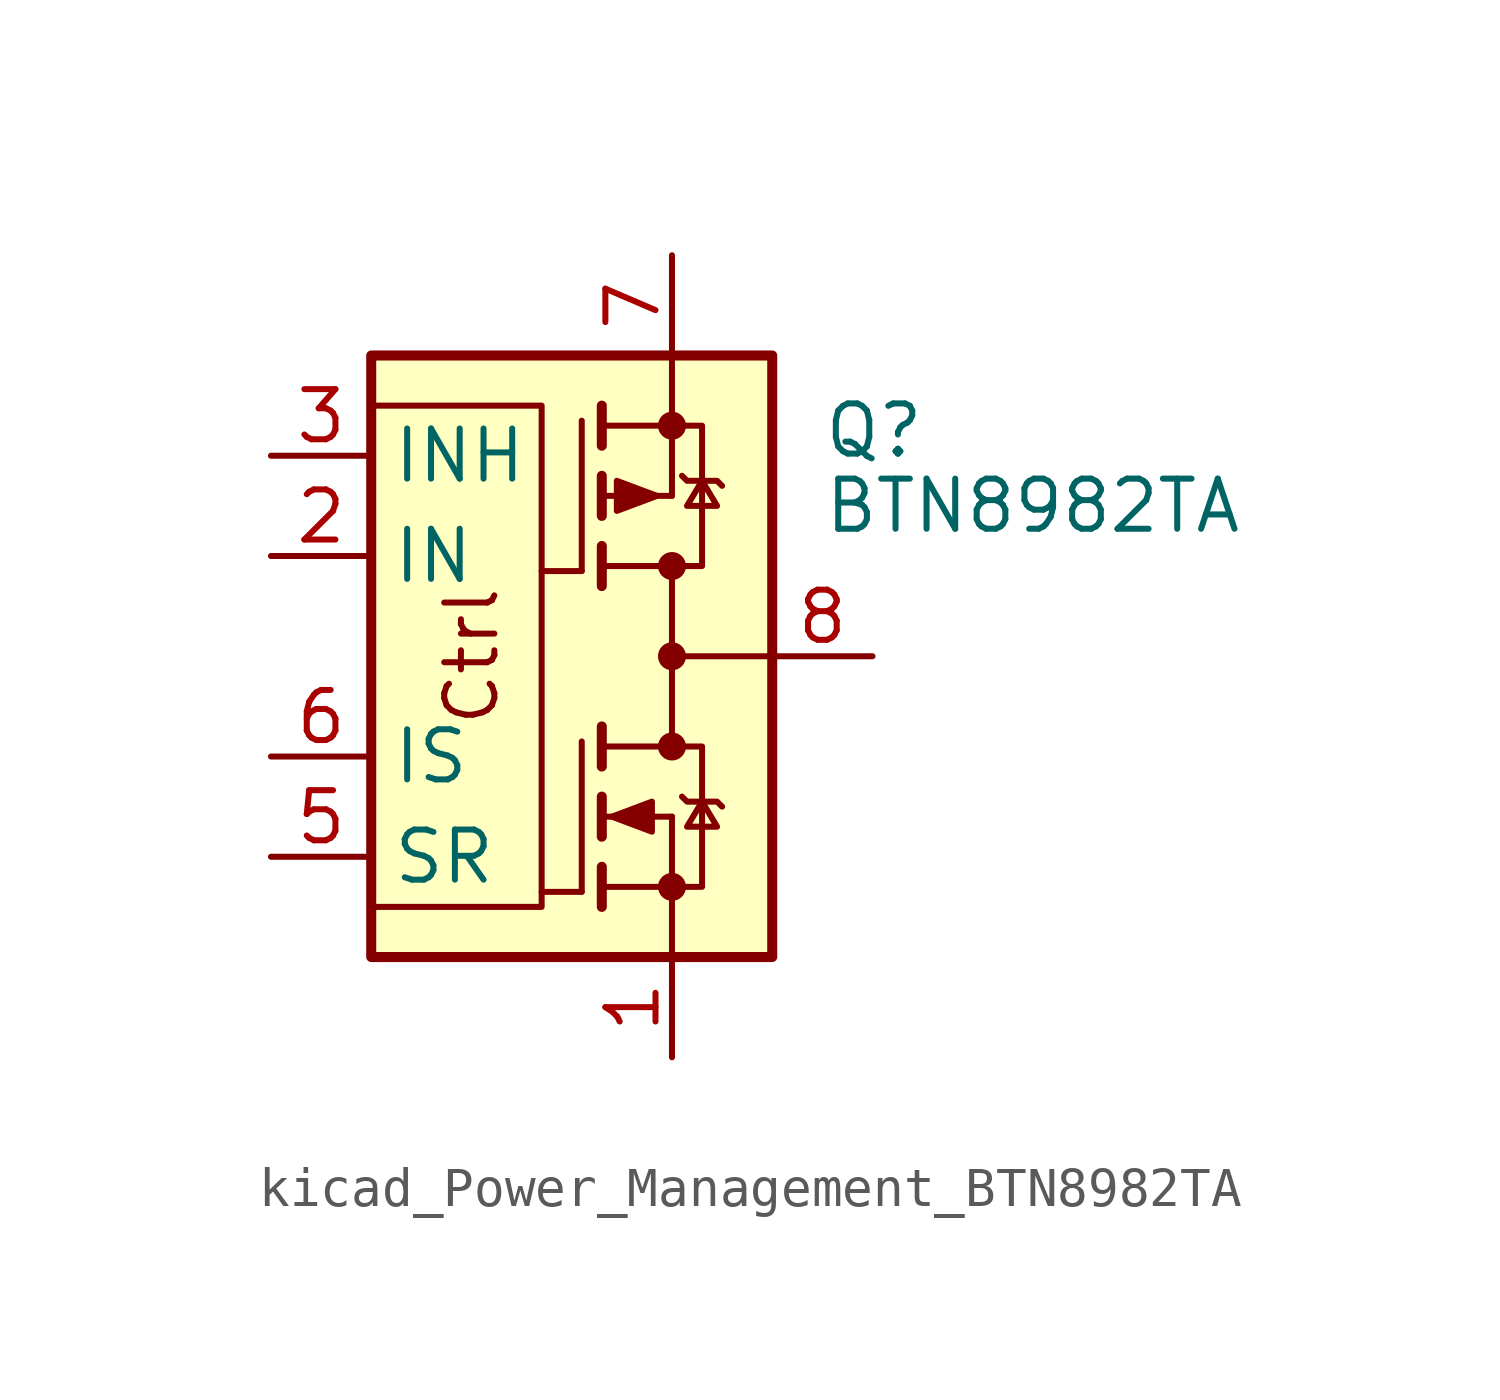
<source format=kicad_sym>
(kicad_symbol_lib
  (version 20220914)
  (generator kicad_symbol_editor)
  (symbol "kicad_Power_Management_BTN8982TA"
    (property "Reference" "Q"
      (at 6.35 5.715 0)
      (effects (font (size 1.27 1.27)) (justify left)))
    (property "Value" "BTN8982TA"
      (at 6.35 3.81 0)
      (effects (font (size 1.27 1.27)) (justify left)))
    (symbol "kicad_Power_Management_BTN8982TA_0_1"
      (rectangle (start -5.08 7.62) (end 5.08 -7.62) (stroke (width 0.254) (type default)) (fill (type background)))
      (polyline (pts (xy 0.254 -5.969) (xy -0.762 -5.969)) (stroke (width 0) (type default)) (fill (type none)))
      (polyline (pts (xy 0.254 2.159) (xy -0.762 2.159)) (stroke (width 0) (type default)) (fill (type none)))
      (polyline (pts (xy 2.54 0) (xy 5.08 0)) (stroke (width 0) (type default)) (fill (type none)))
      (polyline (pts (xy 2.54 2.286) (xy 2.54 -2.286)) (stroke (width 0) (type default)) (fill (type none)))
      (polyline (pts (xy 2.54 -5.842) (xy 2.54 -7.62) (xy 2.54 -6.858)) (stroke (width 0) (type default)) (fill (type none)))
      (polyline (pts (xy -5.08 6.35) (xy -0.762 6.35) (xy -0.762 -6.35) (xy -5.08 -6.35)) (stroke (width 0) (type default)) (fill (type none))))
    (symbol "kicad_Power_Management_BTN8982TA_1_0"
      (text "Ctrl" (at -2.54 0 900) (effects (font (size 1.27 1.27)))))
    (symbol "kicad_Power_Management_BTN8982TA_1_1"
      (polyline (pts (xy 0.762 -5.842) (xy 2.54 -5.842)) (stroke (width 0) (type default)) (fill (type none)))
      (polyline (pts (xy 0.762 -5.334) (xy 0.762 -6.35)) (stroke (width 0.254) (type default)) (fill (type none)))
      (polyline (pts (xy 0.762 -4.064) (xy 2.54 -4.064)) (stroke (width 0) (type default)) (fill (type none)))
      (polyline (pts (xy 0.762 -3.556) (xy 0.762 -4.572)) (stroke (width 0.254) (type default)) (fill (type none)))
      (polyline (pts (xy 0.762 -2.286) (xy 2.54 -2.286)) (stroke (width 0) (type default)) (fill (type none)))
      (polyline (pts (xy 0.762 -1.778) (xy 0.762 -2.794)) (stroke (width 0.254) (type default)) (fill (type none)))
      (polyline (pts (xy 0.762 2.286) (xy 2.54 2.286)) (stroke (width 0) (type default)) (fill (type none)))
      (polyline (pts (xy 0.762 2.794) (xy 0.762 1.778)) (stroke (width 0.254) (type default)) (fill (type none)))
      (polyline (pts (xy 0.762 4.064) (xy 2.54 4.064)) (stroke (width 0) (type default)) (fill (type none)))
      (polyline (pts (xy 0.762 4.572) (xy 0.762 3.556)) (stroke (width 0.254) (type default)) (fill (type none)))
      (polyline (pts (xy 0.762 5.842) (xy 2.54 5.842)) (stroke (width 0) (type default)) (fill (type none)))
      (polyline (pts (xy 0.762 6.35) (xy 0.762 5.334)) (stroke (width 0.254) (type default)) (fill (type none)))
      (polyline (pts (xy 2.54 -5.842) (xy 2.54 -4.064)) (stroke (width 0) (type default)) (fill (type none)))
      (polyline (pts (xy 2.54 4.064) (xy 2.54 5.842)) (stroke (width 0) (type default)) (fill (type none)))
      (polyline (pts (xy 2.54 7.62) (xy 2.54 5.842)) (stroke (width 0) (type default)) (fill (type none)))
      (polyline (pts (xy 0.254 -2.159) (xy 0.254 -5.969) (xy 0.254 -5.969)) (stroke (width 0) (type default)) (fill (type none)))
      (polyline (pts (xy 0.254 5.969) (xy 0.254 2.159) (xy 0.254 2.159)) (stroke (width 0) (type default)) (fill (type none)))
      (polyline (pts (xy 1.016 -4.064) (xy 2.032 -3.683) (xy 2.032 -4.445) (xy 1.016 -4.064)) (stroke (width 0) (type default)) (fill (type outline)))
      (polyline (pts (xy 2.159 4.064) (xy 1.143 3.683) (xy 1.143 4.445) (xy 2.159 4.064)) (stroke (width 0) (type default)) (fill (type outline)))
      (polyline (pts (xy 2.54 -5.842) (xy 3.302 -5.842) (xy 3.302 -2.286) (xy 2.54 -2.286)) (stroke (width 0) (type default)) (fill (type none)))
      (polyline (pts (xy 2.54 2.286) (xy 3.302 2.286) (xy 3.302 5.842) (xy 2.54 5.842)) (stroke (width 0) (type default)) (fill (type none)))
      (polyline (pts (xy 2.794 -3.556) (xy 2.921 -3.683) (xy 3.683 -3.683) (xy 3.81 -3.81)) (stroke (width 0) (type default)) (fill (type none)))
      (polyline (pts (xy 2.794 4.572) (xy 2.921 4.445) (xy 3.683 4.445) (xy 3.81 4.318)) (stroke (width 0) (type default)) (fill (type none)))
      (polyline (pts (xy 3.302 -3.683) (xy 2.921 -4.318) (xy 3.683 -4.318) (xy 3.302 -3.683)) (stroke (width 0) (type default)) (fill (type none)))
      (polyline (pts (xy 3.302 4.445) (xy 2.921 3.81) (xy 3.683 3.81) (xy 3.302 4.445)) (stroke (width 0) (type default)) (fill (type none)))
      (circle (center 2.54 -5.842) (radius 0.279) (stroke (width 0) (type default)) (fill (type outline)))
      (circle (center 2.54 -2.286) (radius 0.279) (stroke (width 0) (type default)) (fill (type outline)))
      (circle (center 2.54 0) (radius 0.279) (stroke (width 0) (type default)) (fill (type outline)))
      (circle (center 2.54 2.286) (radius 0.279) (stroke (width 0) (type default)) (fill (type outline)))
      (circle (center 2.54 5.842) (radius 0.279) (stroke (width 0) (type default)) (fill (type outline)))
      (pin power_in line (at 2.54 -10.16 90) (length 2.54) (name "~" (effects (font (size 1.27 1.27)))) (number "1" (effects (font (size 1.27 1.27)))))
      (pin input line (at -7.62 2.54 0) (length 2.54) (name "IN" (effects (font (size 1.27 1.27)))) (number "2" (effects (font (size 1.27 1.27)))))
      (pin input line (at -7.62 5.08 0) (length 2.54) (name "INH" (effects (font (size 1.27 1.27)))) (number "3" (effects (font (size 1.27 1.27)))))
      (pin passive line (at 7.62 0 180) (length 2.54) hide (name "~" (effects (font (size 1.27 1.27)))) (number "4" (effects (font (size 1.27 1.27)))))
      (pin input line (at -7.62 -5.08 0) (length 2.54) (name "SR" (effects (font (size 1.27 1.27)))) (number "5" (effects (font (size 1.27 1.27)))))
      (pin output line (at -7.62 -2.54 0) (length 2.54) (name "IS" (effects (font (size 1.27 1.27)))) (number "6" (effects (font (size 1.27 1.27)))))
      (pin power_in line (at 2.54 10.16 270) (length 2.54) (name "~" (effects (font (size 1.27 1.27)))) (number "7" (effects (font (size 1.27 1.27)))))
      (pin passive line (at 7.62 0 180) (length 2.54) (name "~" (effects (font (size 1.27 1.27)))) (number "8" (effects (font (size 1.27 1.27))))))))
</source>
